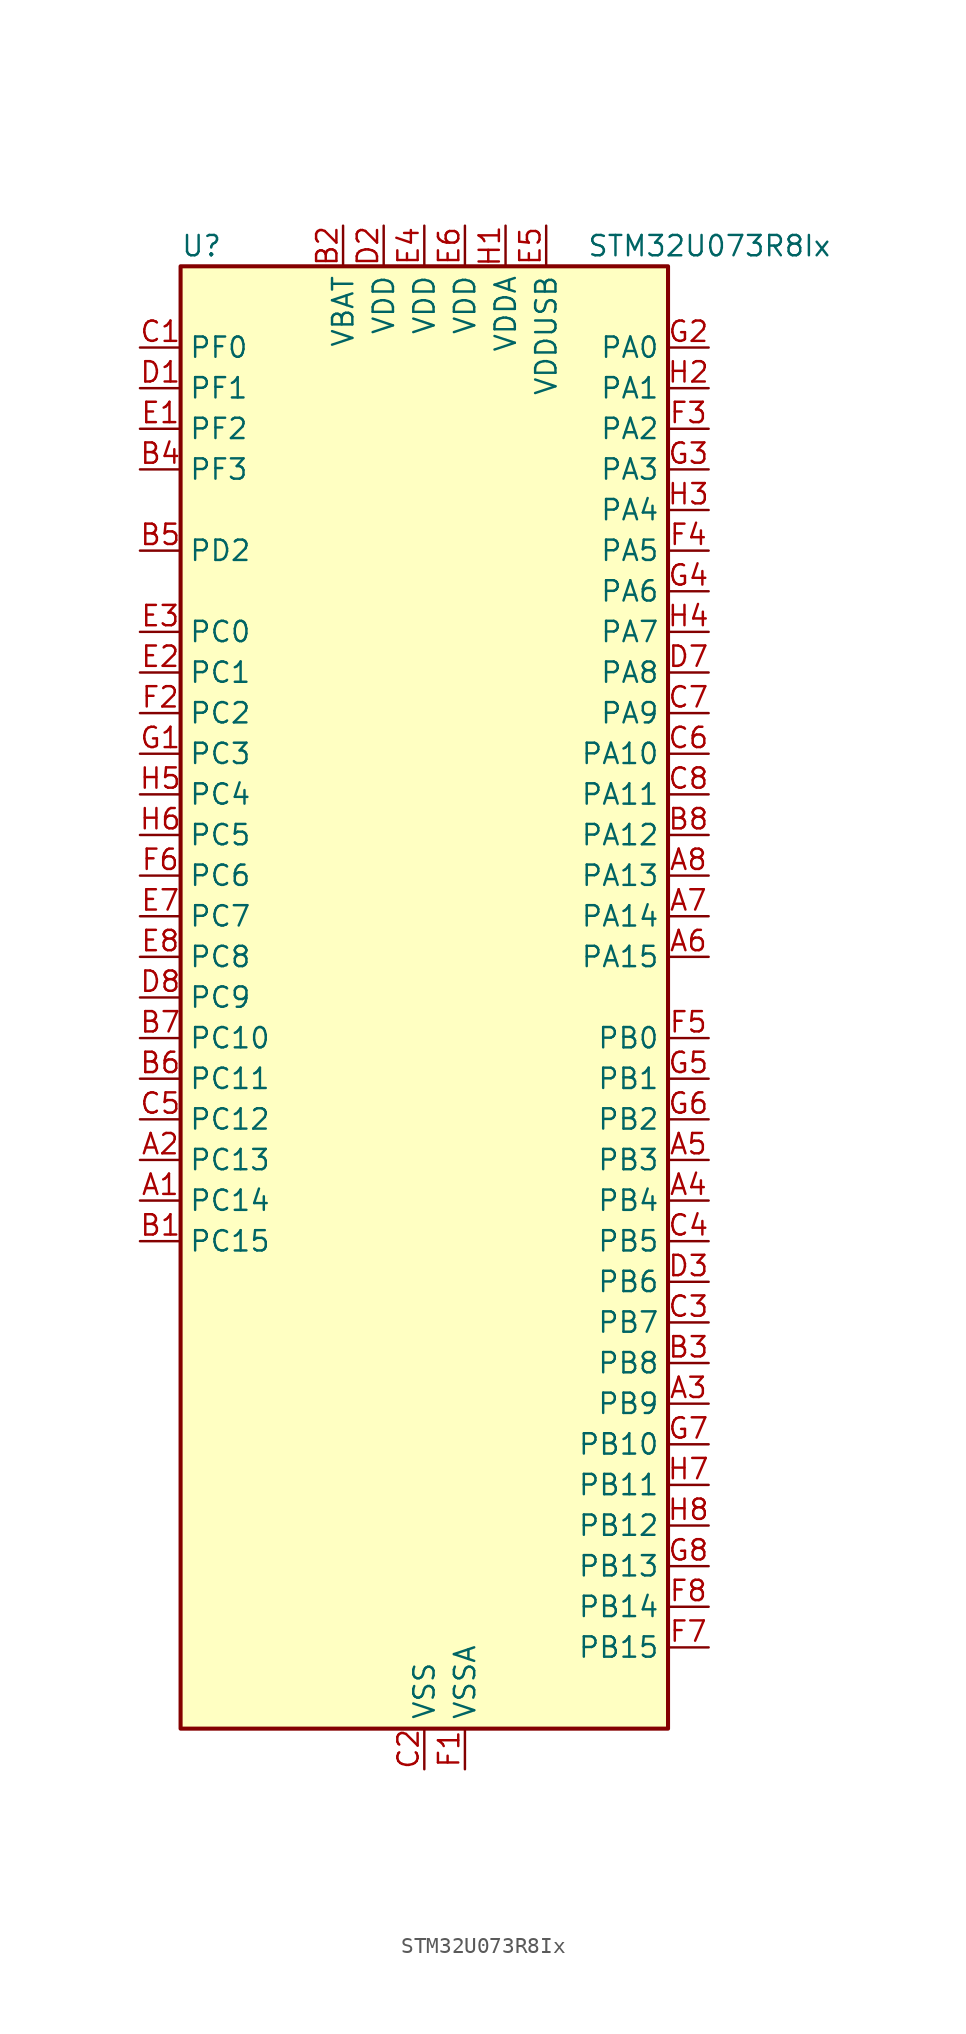
<source format=kicad_sym>
(kicad_symbol_lib
  (version 20241209)
  (generator "kicad_symbol_editor")
  (generator_version "9.0")
  (symbol "STM32U073R8Ix"
    (property "Reference" "U"
      (at -15.24 46.99 0)
      (effects (font (size 1.27 1.27)) (justify left)))
    (property "Value" "STM32U073R8Ix"
      (at 10.16 46.99 0)
      (effects (font (size 1.27 1.27)) (justify left)))
    (symbol "STM32U073R8Ix_0_1"
      (rectangle (start -15.24 -45.72) (end 15.24 45.72) (stroke (width 0.254) (type default)) (fill (type background))))
    (symbol "STM32U073R8Ix_1_1"
      (pin bidirectional line (at -17.78 40.64 0) (length 2.54) (name "PF0" (effects (font (size 1.27 1.27)))) (number "C1" (effects (font (size 1.27 1.27)))) (alternate "RCC_OSC_IN" bidirectional line))
      (pin bidirectional line (at -17.78 38.1 0) (length 2.54) (name "PF1" (effects (font (size 1.27 1.27)))) (number "D1" (effects (font (size 1.27 1.27)))) (alternate "RCC_OSC_EN" bidirectional line) (alternate "RCC_OSC_OUT" bidirectional line))
      (pin bidirectional line (at -17.78 35.56 0) (length 2.54) (name "PF2" (effects (font (size 1.27 1.27)))) (number "E1" (effects (font (size 1.27 1.27)))) (alternate "RCC_MCO" bidirectional line))
      (pin bidirectional line (at -17.78 33.02 0) (length 2.54) (name "PF3" (effects (font (size 1.27 1.27)))) (number "B4" (effects (font (size 1.27 1.27)))))
      (pin bidirectional line (at -17.78 27.94 0) (length 2.54) (name "PD2" (effects (font (size 1.27 1.27)))) (number "B5" (effects (font (size 1.27 1.27)))) (alternate "LCD_COM7" bidirectional line) (alternate "LCD_SEG31" bidirectional line) (alternate "LCD_SEG51" bidirectional line) (alternate "TIM3_ETR" bidirectional line) (alternate "TSC_SYNC" bidirectional line) (alternate "USART3_DE" bidirectional line) (alternate "USART3_RTS" bidirectional line))
      (pin bidirectional line (at -17.78 22.86 0) (length 2.54) (name "PC0" (effects (font (size 1.27 1.27)))) (number "E3" (effects (font (size 1.27 1.27)))) (alternate "ADC1_IN0" bidirectional line) (alternate "I2C3_SCL" bidirectional line) (alternate "I2C4_SCL" bidirectional line) (alternate "LCD_SEG18" bidirectional line) (alternate "LPTIM1_IN1" bidirectional line) (alternate "LPTIM2_IN1" bidirectional line) (alternate "LPUART1_RX" bidirectional line) (alternate "LPUART2_TX" bidirectional line))
      (pin bidirectional line (at -17.78 20.32 0) (length 2.54) (name "PC1" (effects (font (size 1.27 1.27)))) (number "E2" (effects (font (size 1.27 1.27)))) (alternate "ADC1_IN1" bidirectional line) (alternate "I2C3_SDA" bidirectional line) (alternate "I2C4_SDA" bidirectional line) (alternate "LCD_SEG19" bidirectional line) (alternate "LPTIM1_CH1" bidirectional line) (alternate "LPUART1_TX" bidirectional line) (alternate "LPUART2_RX" bidirectional line))
      (pin bidirectional line (at -17.78 17.78 0) (length 2.54) (name "PC2" (effects (font (size 1.27 1.27)))) (number "F2" (effects (font (size 1.27 1.27)))) (alternate "ADC1_IN2" bidirectional line) (alternate "LCD_SEG20" bidirectional line) (alternate "LPTIM1_IN2" bidirectional line) (alternate "RCC_MCO2" bidirectional line) (alternate "SPI2_MISO" bidirectional line))
      (pin bidirectional line (at -17.78 15.24 0) (length 2.54) (name "PC3" (effects (font (size 1.27 1.27)))) (number "G1" (effects (font (size 1.27 1.27)))) (alternate "ADC1_IN3" bidirectional line) (alternate "LCD_VLCD" bidirectional line) (alternate "LPTIM1_ETR" bidirectional line) (alternate "LPTIM2_ETR" bidirectional line) (alternate "LPTIM3_CH1" bidirectional line) (alternate "SPI2_MOSI" bidirectional line) (alternate "USART4_CK" bidirectional line))
      (pin bidirectional line (at -17.78 12.7 0) (length 2.54) (name "PC4" (effects (font (size 1.27 1.27)))) (number "H5" (effects (font (size 1.27 1.27)))) (alternate "ADC1_IN15" bidirectional line) (alternate "COMP1_INM" bidirectional line) (alternate "LCD_SEG22" bidirectional line) (alternate "LPUART3_TX" bidirectional line) (alternate "USART3_TX" bidirectional line))
      (pin bidirectional line (at -17.78 10.16 0) (length 2.54) (name "PC5" (effects (font (size 1.27 1.27)))) (number "H6" (effects (font (size 1.27 1.27)))) (alternate "ADC1_IN16" bidirectional line) (alternate "COMP1_INP" bidirectional line) (alternate "LCD_SEG23" bidirectional line) (alternate "LPTIM3_CH3" bidirectional line) (alternate "LPUART3_RX" bidirectional line) (alternate "PWR_WKUP5" bidirectional line) (alternate "TAMP_IN4" bidirectional line) (alternate "USART3_RX" bidirectional line))
      (pin bidirectional line (at -17.78 7.62 0) (length 2.54) (name "PC6" (effects (font (size 1.27 1.27)))) (number "F6" (effects (font (size 1.27 1.27)))) (alternate "COMP1_INP" bidirectional line) (alternate "LCD_SEG24" bidirectional line) (alternate "LPUART2_TX" bidirectional line) (alternate "TIM3_CH1" bidirectional line) (alternate "TSC_G4_IO1" bidirectional line))
      (pin bidirectional line (at -17.78 5.08 0) (length 2.54) (name "PC7" (effects (font (size 1.27 1.27)))) (number "E7" (effects (font (size 1.27 1.27)))) (alternate "LCD_SEG25" bidirectional line) (alternate "LPTIM2_CH2" bidirectional line) (alternate "LPTIM3_CH4" bidirectional line) (alternate "LPUART2_RX" bidirectional line) (alternate "TIM3_CH2" bidirectional line) (alternate "TSC_G4_IO2" bidirectional line))
      (pin bidirectional line (at -17.78 2.54 0) (length 2.54) (name "PC8" (effects (font (size 1.27 1.27)))) (number "E8" (effects (font (size 1.27 1.27)))) (alternate "LCD_SEG26" bidirectional line) (alternate "LPTIM3_CH1" bidirectional line) (alternate "TIM3_CH3" bidirectional line) (alternate "TSC_G4_IO3" bidirectional line))
      (pin bidirectional line (at -17.78 0 0) (length 2.54) (name "PC9" (effects (font (size 1.27 1.27)))) (number "D8" (effects (font (size 1.27 1.27)))) (alternate "DAC1_EXTI9" bidirectional line) (alternate "LCD_SEG27" bidirectional line) (alternate "LPTIM3_CH2" bidirectional line) (alternate "TIM3_CH4" bidirectional line) (alternate "TSC_G4_IO4" bidirectional line) (alternate "USB_NOE" bidirectional line))
      (pin bidirectional line (at -17.78 -2.54 0) (length 2.54) (name "PC10" (effects (font (size 1.27 1.27)))) (number "B7" (effects (font (size 1.27 1.27)))) (alternate "LCD_COM4" bidirectional line) (alternate "LCD_SEG28" bidirectional line) (alternate "LCD_SEG48" bidirectional line) (alternate "LPTIM3_ETR" bidirectional line) (alternate "SPI3_SCK" bidirectional line) (alternate "TSC_G3_IO2" bidirectional line) (alternate "USART3_TX" bidirectional line) (alternate "USART4_TX" bidirectional line))
      (pin bidirectional line (at -17.78 -5.08 0) (length 2.54) (name "PC11" (effects (font (size 1.27 1.27)))) (number "B6" (effects (font (size 1.27 1.27)))) (alternate "ADC1_EXTI11" bidirectional line) (alternate "LCD_COM5" bidirectional line) (alternate "LCD_SEG29" bidirectional line) (alternate "LCD_SEG49" bidirectional line) (alternate "LPTIM3_IN1" bidirectional line) (alternate "SPI3_MISO" bidirectional line) (alternate "TSC_G3_IO3" bidirectional line) (alternate "USART3_RX" bidirectional line) (alternate "USART4_RX" bidirectional line))
      (pin bidirectional line (at -17.78 -7.62 0) (length 2.54) (name "PC12" (effects (font (size 1.27 1.27)))) (number "C5" (effects (font (size 1.27 1.27)))) (alternate "LCD_COM6" bidirectional line) (alternate "LCD_SEG30" bidirectional line) (alternate "LCD_SEG50" bidirectional line) (alternate "LPTIM3_CH3" bidirectional line) (alternate "SPI3_MOSI" bidirectional line) (alternate "USART3_CK" bidirectional line) (alternate "USART4_CK" bidirectional line))
      (pin bidirectional line (at -17.78 -10.16 0) (length 2.54) (name "PC13" (effects (font (size 1.27 1.27)))) (number "A2" (effects (font (size 1.27 1.27)))) (alternate "LPTIM1_CH3" bidirectional line) (alternate "LPTIM3_CH3" bidirectional line) (alternate "PWR_WKUP2" bidirectional line) (alternate "RTC_OUT1" bidirectional line) (alternate "RTC_TS" bidirectional line) (alternate "TAMP_IN1" bidirectional line))
      (pin bidirectional line (at -17.78 -12.7 0) (length 2.54) (name "PC14" (effects (font (size 1.27 1.27)))) (number "A1" (effects (font (size 1.27 1.27)))) (alternate "RCC_OSC32_IN" bidirectional line))
      (pin bidirectional line (at -17.78 -15.24 0) (length 2.54) (name "PC15" (effects (font (size 1.27 1.27)))) (number "B1" (effects (font (size 1.27 1.27)))) (alternate "RCC_OSC32_EN" bidirectional line) (alternate "RCC_OSC32_OUT" bidirectional line) (alternate "RCC_OSC_EN" bidirectional line))
      (pin power_in line (at -5.08 48.26 270) (length 2.54) (name "VBAT" (effects (font (size 1.27 1.27)))) (number "B2" (effects (font (size 1.27 1.27)))))
      (pin power_in line (at -2.54 48.26 270) (length 2.54) (name "VDD" (effects (font (size 1.27 1.27)))) (number "D2" (effects (font (size 1.27 1.27)))))
      (pin power_in line (at 0 48.26 270) (length 2.54) (name "VDD" (effects (font (size 1.27 1.27)))) (number "E4" (effects (font (size 1.27 1.27)))))
      (pin power_in line (at 0 -48.26 90) (length 2.54) (name "VSS" (effects (font (size 1.27 1.27)))) (number "C2" (effects (font (size 1.27 1.27)))))
      (pin passive line (at 0 -48.26 90) (length 2.54) (hide yes) (name "VSS" (effects (font (size 1.27 1.27)))) (number "D4" (effects (font (size 1.27 1.27)))))
      (pin passive line (at 0 -48.26 90) (length 2.54) (hide yes) (name "VSS" (effects (font (size 1.27 1.27)))) (number "D5" (effects (font (size 1.27 1.27)))))
      (pin passive line (at 0 -48.26 90) (length 2.54) (hide yes) (name "VSS" (effects (font (size 1.27 1.27)))) (number "D6" (effects (font (size 1.27 1.27)))))
      (pin power_in line (at 2.54 48.26 270) (length 2.54) (name "VDD" (effects (font (size 1.27 1.27)))) (number "E6" (effects (font (size 1.27 1.27)))))
      (pin power_in line (at 2.54 -48.26 90) (length 2.54) (name "VSSA" (effects (font (size 1.27 1.27)))) (number "F1" (effects (font (size 1.27 1.27)))))
      (pin power_in line (at 5.08 48.26 270) (length 2.54) (name "VDDA" (effects (font (size 1.27 1.27)))) (number "H1" (effects (font (size 1.27 1.27)))))
      (pin power_in line (at 7.62 48.26 270) (length 2.54) (name "VDDUSB" (effects (font (size 1.27 1.27)))) (number "E5" (effects (font (size 1.27 1.27)))))
      (pin bidirectional line (at 17.78 40.64 180) (length 2.54) (name "PA0" (effects (font (size 1.27 1.27)))) (number "G2" (effects (font (size 1.27 1.27)))) (alternate "ADC1_IN4" bidirectional line) (alternate "COMP1_INM" bidirectional line) (alternate "COMP1_OUT" bidirectional line) (alternate "LCD_SEG42" bidirectional line) (alternate "OPAMP1_VINP" bidirectional line) (alternate "PWR_WKUP1" bidirectional line) (alternate "TAMP_IN2" bidirectional line) (alternate "TIM2_CH1" bidirectional line) (alternate "TIM2_ETR" bidirectional line) (alternate "USART2_CTS" bidirectional line) (alternate "USART4_TX" bidirectional line))
      (pin bidirectional line (at 17.78 38.1 180) (length 2.54) (name "PA1" (effects (font (size 1.27 1.27)))) (number "H2" (effects (font (size 1.27 1.27)))) (alternate "ADC1_IN5" bidirectional line) (alternate "COMP1_INP" bidirectional line) (alternate "LCD_SEG0" bidirectional line) (alternate "LPTIM1_CH2" bidirectional line) (alternate "OPAMP1_VINM" bidirectional line) (alternate "PWR_WKUP3" bidirectional line) (alternate "SPI1_SCK" bidirectional line) (alternate "SPI2_SCK" bidirectional line) (alternate "TAMP_IN5" bidirectional line) (alternate "TIM15_CH1N" bidirectional line) (alternate "TIM2_CH2" bidirectional line) (alternate "USART2_DE" bidirectional line) (alternate "USART2_RTS" bidirectional line) (alternate "USART4_RX" bidirectional line))
      (pin bidirectional line (at 17.78 35.56 180) (length 2.54) (name "PA2" (effects (font (size 1.27 1.27)))) (number "F3" (effects (font (size 1.27 1.27)))) (alternate "ADC1_IN6" bidirectional line) (alternate "COMP2_INM" bidirectional line) (alternate "COMP2_OUT" bidirectional line) (alternate "LCD_SEG1" bidirectional line) (alternate "LPUART1_TX" bidirectional line) (alternate "PWR_WKUP4" bidirectional line) (alternate "RCC_LSCO" bidirectional line) (alternate "TIM15_CH1" bidirectional line) (alternate "TIM2_CH3" bidirectional line) (alternate "USART2_TX" bidirectional line))
      (pin bidirectional line (at 17.78 33.02 180) (length 2.54) (name "PA3" (effects (font (size 1.27 1.27)))) (number "G3" (effects (font (size 1.27 1.27)))) (alternate "ADC1_IN7" bidirectional line) (alternate "COMP2_INP" bidirectional line) (alternate "LCD_SEG2" bidirectional line) (alternate "LPUART1_RX" bidirectional line) (alternate "OPAMP1_VOUT" bidirectional line) (alternate "TIM15_CH2" bidirectional line) (alternate "TIM2_CH4" bidirectional line) (alternate "USART2_RX" bidirectional line))
      (pin bidirectional line (at 17.78 30.48 180) (length 2.54) (name "PA4" (effects (font (size 1.27 1.27)))) (number "H3" (effects (font (size 1.27 1.27)))) (alternate "ADC1_IN8" bidirectional line) (alternate "COMP1_INM" bidirectional line) (alternate "COMP2_INM" bidirectional line) (alternate "DAC1_OUT1" bidirectional line) (alternate "LCD_SEG43" bidirectional line) (alternate "LPTIM2_CH1" bidirectional line) (alternate "LPUART3_TX" bidirectional line) (alternate "SPI1_NSS" bidirectional line) (alternate "SPI3_NSS" bidirectional line) (alternate "USART2_CK" bidirectional line))
      (pin bidirectional line (at 17.78 27.94 180) (length 2.54) (name "PA5" (effects (font (size 1.27 1.27)))) (number "F4" (effects (font (size 1.27 1.27)))) (alternate "ADC1_IN9" bidirectional line) (alternate "COMP1_INM" bidirectional line) (alternate "COMP2_INM" bidirectional line) (alternate "LCD_SEG44" bidirectional line) (alternate "LPTIM2_ETR" bidirectional line) (alternate "LPUART3_RX" bidirectional line) (alternate "SPI1_SCK" bidirectional line) (alternate "TIM2_CH1" bidirectional line) (alternate "TIM2_ETR" bidirectional line) (alternate "USART3_TX" bidirectional line))
      (pin bidirectional line (at 17.78 25.4 180) (length 2.54) (name "PA6" (effects (font (size 1.27 1.27)))) (number "G4" (effects (font (size 1.27 1.27)))) (alternate "ADC1_IN10" bidirectional line) (alternate "COMP1_OUT" bidirectional line) (alternate "I2C2_SDA" bidirectional line) (alternate "I2C3_SDA" bidirectional line) (alternate "LCD_SEG3" bidirectional line) (alternate "LPUART1_CTS" bidirectional line) (alternate "SPI1_MISO" bidirectional line) (alternate "TIM16_CH1" bidirectional line) (alternate "TIM1_BKIN" bidirectional line) (alternate "TIM3_CH1" bidirectional line) (alternate "TSC_G5_IO1" bidirectional line) (alternate "USART3_CTS" bidirectional line))
      (pin bidirectional line (at 17.78 22.86 180) (length 2.54) (name "PA7" (effects (font (size 1.27 1.27)))) (number "H4" (effects (font (size 1.27 1.27)))) (alternate "ADC1_IN14" bidirectional line) (alternate "COMP2_OUT" bidirectional line) (alternate "I2C2_SCL" bidirectional line) (alternate "I2C3_SCL" bidirectional line) (alternate "LCD_SEG4" bidirectional line) (alternate "LPTIM2_CH2" bidirectional line) (alternate "SPI1_MOSI" bidirectional line) (alternate "TIM1_CH1N" bidirectional line) (alternate "TIM3_CH2" bidirectional line) (alternate "USART3_RX" bidirectional line))
      (pin bidirectional line (at 17.78 20.32 180) (length 2.54) (name "PA8" (effects (font (size 1.27 1.27)))) (number "D7" (effects (font (size 1.27 1.27)))) (alternate "LCD_COM0" bidirectional line) (alternate "LPTIM2_CH1" bidirectional line) (alternate "RCC_MCO" bidirectional line) (alternate "RCC_MCO2" bidirectional line) (alternate "TIM1_CH1" bidirectional line) (alternate "TSC_G7_IO1" bidirectional line) (alternate "USART1_CK" bidirectional line))
      (pin bidirectional line (at 17.78 17.78 180) (length 2.54) (name "PA9" (effects (font (size 1.27 1.27)))) (number "C7" (effects (font (size 1.27 1.27)))) (alternate "COMP1_INP" bidirectional line) (alternate "DAC1_EXTI9" bidirectional line) (alternate "I2C1_SCL" bidirectional line) (alternate "I2C2_SCL" bidirectional line) (alternate "LCD_COM1" bidirectional line) (alternate "RCC_MCO" bidirectional line) (alternate "TIM15_BKIN" bidirectional line) (alternate "TIM1_CH2" bidirectional line) (alternate "TSC_G7_IO2" bidirectional line) (alternate "USART1_TX" bidirectional line))
      (pin bidirectional line (at 17.78 15.24 180) (length 2.54) (name "PA10" (effects (font (size 1.27 1.27)))) (number "C6" (effects (font (size 1.27 1.27)))) (alternate "CRS_SYNC" bidirectional line) (alternate "I2C1_SDA" bidirectional line) (alternate "I2C2_SDA" bidirectional line) (alternate "LCD_COM2" bidirectional line) (alternate "RCC_MCO2" bidirectional line) (alternate "SPI2_NSS" bidirectional line) (alternate "TIM1_CH3" bidirectional line) (alternate "TSC_G7_IO3" bidirectional line) (alternate "USART1_RX" bidirectional line))
      (pin bidirectional line (at 17.78 12.7 180) (length 2.54) (name "PA11" (effects (font (size 1.27 1.27)))) (number "C8" (effects (font (size 1.27 1.27)))) (alternate "ADC1_EXTI11" bidirectional line) (alternate "COMP1_OUT" bidirectional line) (alternate "SPI1_MISO" bidirectional line) (alternate "SPI2_MISO" bidirectional line) (alternate "TIM1_BKIN2" bidirectional line) (alternate "TIM1_CH4" bidirectional line) (alternate "USART1_CTS" bidirectional line) (alternate "USB_DM" bidirectional line))
      (pin bidirectional line (at 17.78 10.16 180) (length 2.54) (name "PA12" (effects (font (size 1.27 1.27)))) (number "B8" (effects (font (size 1.27 1.27)))) (alternate "SPI1_MOSI" bidirectional line) (alternate "SPI2_MOSI" bidirectional line) (alternate "TIM1_ETR" bidirectional line) (alternate "USART1_DE" bidirectional line) (alternate "USART1_RTS" bidirectional line) (alternate "USB_DP" bidirectional line))
      (pin bidirectional line (at 17.78 7.62 180) (length 2.54) (name "PA13" (effects (font (size 1.27 1.27)))) (number "A8" (effects (font (size 1.27 1.27)))) (alternate "DEBUG_JTMS-SWDIO" bidirectional line) (alternate "IR_OUT" bidirectional line) (alternate "LCD_SEG40" bidirectional line) (alternate "TSC_G7_IO4" bidirectional line) (alternate "USB_NOE" bidirectional line))
      (pin bidirectional line (at 17.78 5.08 180) (length 2.54) (name "PA14" (effects (font (size 1.27 1.27)))) (number "A7" (effects (font (size 1.27 1.27)))) (alternate "DEBUG_JTCK-SWCLK" bidirectional line) (alternate "LCD_SEG41" bidirectional line) (alternate "LPTIM1_CH1" bidirectional line) (alternate "TSC_G3_IO4" bidirectional line))
      (pin bidirectional line (at 17.78 2.54 180) (length 2.54) (name "PA15" (effects (font (size 1.27 1.27)))) (number "A6" (effects (font (size 1.27 1.27)))) (alternate "DEBUG_JTDI" bidirectional line) (alternate "LCD_SEG17" bidirectional line) (alternate "LPTIM3_CH3" bidirectional line) (alternate "LPTIM3_IN2" bidirectional line) (alternate "SPI1_NSS" bidirectional line) (alternate "SPI3_NSS" bidirectional line) (alternate "TIM2_CH1" bidirectional line) (alternate "TIM2_ETR" bidirectional line) (alternate "TSC_G3_IO1" bidirectional line) (alternate "USART2_RX" bidirectional line) (alternate "USART3_DE" bidirectional line) (alternate "USART3_RTS" bidirectional line) (alternate "USART4_DE" bidirectional line) (alternate "USART4_RTS" bidirectional line))
      (pin bidirectional line (at 17.78 -2.54 180) (length 2.54) (name "PB0" (effects (font (size 1.27 1.27)))) (number "F5" (effects (font (size 1.27 1.27)))) (alternate "ADC1_IN17" bidirectional line) (alternate "COMP1_OUT" bidirectional line) (alternate "LCD_SEG5" bidirectional line) (alternate "LPTIM3_CH1" bidirectional line) (alternate "LPUART2_CTS" bidirectional line) (alternate "SPI1_NSS" bidirectional line) (alternate "TIM1_CH2N" bidirectional line) (alternate "TIM3_CH3" bidirectional line) (alternate "TSC_G5_IO2" bidirectional line) (alternate "USART3_CK" bidirectional line))
      (pin bidirectional line (at 17.78 -5.08 180) (length 2.54) (name "PB1" (effects (font (size 1.27 1.27)))) (number "G5" (effects (font (size 1.27 1.27)))) (alternate "ADC1_IN18" bidirectional line) (alternate "COMP1_INM" bidirectional line) (alternate "LCD_SEG6" bidirectional line) (alternate "LPTIM2_IN1" bidirectional line) (alternate "LPTIM3_CH2" bidirectional line) (alternate "LPUART1_DE" bidirectional line) (alternate "LPUART1_RTS" bidirectional line) (alternate "LPUART2_DE" bidirectional line) (alternate "LPUART2_RTS" bidirectional line) (alternate "TIM1_CH3N" bidirectional line) (alternate "TIM3_CH4" bidirectional line) (alternate "TSC_SYNC" bidirectional line) (alternate "USART3_DE" bidirectional line) (alternate "USART3_RTS" bidirectional line))
      (pin bidirectional line (at 17.78 -7.62 180) (length 2.54) (name "PB2" (effects (font (size 1.27 1.27)))) (number "G6" (effects (font (size 1.27 1.27)))) (alternate "COMP1_INP" bidirectional line) (alternate "LCD_VLCD" bidirectional line) (alternate "LPTIM1_CH1" bidirectional line) (alternate "RTC_OUT2" bidirectional line))
      (pin bidirectional line (at 17.78 -10.16 180) (length 2.54) (name "PB3" (effects (font (size 1.27 1.27)))) (number "A5" (effects (font (size 1.27 1.27)))) (alternate "COMP2_INM" bidirectional line) (alternate "DEBUG_JTDO-SWO" bidirectional line) (alternate "I2C2_SCL" bidirectional line) (alternate "I2C3_SCL" bidirectional line) (alternate "LCD_SEG7" bidirectional line) (alternate "LPTIM1_CH3" bidirectional line) (alternate "SPI1_SCK" bidirectional line) (alternate "SPI3_SCK" bidirectional line) (alternate "TIM2_CH2" bidirectional line) (alternate "USART1_DE" bidirectional line) (alternate "USART1_RTS" bidirectional line))
      (pin bidirectional line (at 17.78 -12.7 180) (length 2.54) (name "PB4" (effects (font (size 1.27 1.27)))) (number "A4" (effects (font (size 1.27 1.27)))) (alternate "COMP2_INP" bidirectional line) (alternate "I2C2_SDA" bidirectional line) (alternate "I2C3_SDA" bidirectional line) (alternate "LCD_SEG8" bidirectional line) (alternate "LPTIM1_CH4" bidirectional line) (alternate "LPUART3_DE" bidirectional line) (alternate "LPUART3_RTS" bidirectional line) (alternate "SPI1_MISO" bidirectional line) (alternate "SPI3_MISO" bidirectional line) (alternate "TIM3_CH1" bidirectional line) (alternate "TSC_G2_IO1" bidirectional line) (alternate "USART1_CTS" bidirectional line))
      (pin bidirectional line (at 17.78 -15.24 180) (length 2.54) (name "PB5" (effects (font (size 1.27 1.27)))) (number "C4" (effects (font (size 1.27 1.27)))) (alternate "COMP2_OUT" bidirectional line) (alternate "LCD_SEG9" bidirectional line) (alternate "LPTIM1_IN1" bidirectional line) (alternate "LPUART3_CTS" bidirectional line) (alternate "SPI1_MOSI" bidirectional line) (alternate "SPI3_MOSI" bidirectional line) (alternate "TIM16_BKIN" bidirectional line) (alternate "TIM3_CH2" bidirectional line) (alternate "TSC_G2_IO2" bidirectional line) (alternate "USART1_CK" bidirectional line))
      (pin bidirectional line (at 17.78 -17.78 180) (length 2.54) (name "PB6" (effects (font (size 1.27 1.27)))) (number "D3" (effects (font (size 1.27 1.27)))) (alternate "COMP2_INP" bidirectional line) (alternate "I2C1_SCL" bidirectional line) (alternate "I2C2_SCL" bidirectional line) (alternate "I2C4_SCL" bidirectional line) (alternate "LPTIM1_ETR" bidirectional line) (alternate "LPUART2_TX" bidirectional line) (alternate "LPUART3_TX" bidirectional line) (alternate "TIM16_CH1N" bidirectional line) (alternate "TSC_G2_IO3" bidirectional line) (alternate "USART1_TX" bidirectional line))
      (pin bidirectional line (at 17.78 -20.32 180) (length 2.54) (name "PB7" (effects (font (size 1.27 1.27)))) (number "C3" (effects (font (size 1.27 1.27)))) (alternate "COMP2_INM" bidirectional line) (alternate "I2C1_SDA" bidirectional line) (alternate "I2C2_SDA" bidirectional line) (alternate "I2C4_SDA" bidirectional line) (alternate "LCD_SEG21" bidirectional line) (alternate "LPTIM1_IN2" bidirectional line) (alternate "LPUART2_RX" bidirectional line) (alternate "LPUART3_RX" bidirectional line) (alternate "PWR_PVD_IN" bidirectional line) (alternate "TSC_G2_IO4" bidirectional line) (alternate "USART1_RX" bidirectional line) (alternate "USART4_CTS" bidirectional line))
      (pin bidirectional line (at 17.78 -22.86 180) (length 2.54) (name "PB8" (effects (font (size 1.27 1.27)))) (number "B3" (effects (font (size 1.27 1.27)))) (alternate "I2C1_SCL" bidirectional line) (alternate "I2C2_SCL" bidirectional line) (alternate "LCD_SEG16" bidirectional line) (alternate "LPTIM1_IN2" bidirectional line) (alternate "LPTIM3_IN2" bidirectional line) (alternate "TIM16_CH1" bidirectional line) (alternate "USART3_TX" bidirectional line))
      (pin bidirectional line (at 17.78 -25.4 180) (length 2.54) (name "PB9" (effects (font (size 1.27 1.27)))) (number "A3" (effects (font (size 1.27 1.27)))) (alternate "DAC1_EXTI9" bidirectional line) (alternate "I2C1_SDA" bidirectional line) (alternate "I2C2_SDA" bidirectional line) (alternate "IR_OUT" bidirectional line) (alternate "LCD_COM3" bidirectional line) (alternate "LPTIM1_CH4" bidirectional line) (alternate "LPTIM3_CH4" bidirectional line) (alternate "SPI2_NSS" bidirectional line) (alternate "USART3_RX" bidirectional line))
      (pin bidirectional line (at 17.78 -27.94 180) (length 2.54) (name "PB10" (effects (font (size 1.27 1.27)))) (number "G7" (effects (font (size 1.27 1.27)))) (alternate "COMP1_OUT" bidirectional line) (alternate "I2C2_SCL" bidirectional line) (alternate "I2C4_SCL" bidirectional line) (alternate "LCD_SEG10" bidirectional line) (alternate "LPTIM3_CH1" bidirectional line) (alternate "LPUART1_RX" bidirectional line) (alternate "LPUART2_RX" bidirectional line) (alternate "SPI2_SCK" bidirectional line) (alternate "TIM2_CH3" bidirectional line) (alternate "TSC_G5_IO3" bidirectional line) (alternate "USART3_TX" bidirectional line))
      (pin bidirectional line (at 17.78 -30.48 180) (length 2.54) (name "PB11" (effects (font (size 1.27 1.27)))) (number "H7" (effects (font (size 1.27 1.27)))) (alternate "ADC1_EXTI11" bidirectional line) (alternate "COMP2_OUT" bidirectional line) (alternate "I2C2_SDA" bidirectional line) (alternate "I2C4_SDA" bidirectional line) (alternate "LCD_SEG11" bidirectional line) (alternate "LPUART1_TX" bidirectional line) (alternate "LPUART2_TX" bidirectional line) (alternate "TIM2_CH4" bidirectional line) (alternate "TSC_G5_IO4" bidirectional line) (alternate "USART3_RX" bidirectional line))
      (pin bidirectional line (at 17.78 -33.02 180) (length 2.54) (name "PB12" (effects (font (size 1.27 1.27)))) (number "H8" (effects (font (size 1.27 1.27)))) (alternate "LCD_SEG12" bidirectional line) (alternate "LPUART1_DE" bidirectional line) (alternate "LPUART1_RTS" bidirectional line) (alternate "SPI2_NSS" bidirectional line) (alternate "TIM15_BKIN" bidirectional line) (alternate "TIM1_BKIN" bidirectional line) (alternate "TSC_G1_IO1" bidirectional line) (alternate "USART3_CK" bidirectional line))
      (pin bidirectional line (at 17.78 -35.56 180) (length 2.54) (name "PB13" (effects (font (size 1.27 1.27)))) (number "G8" (effects (font (size 1.27 1.27)))) (alternate "I2C2_SCL" bidirectional line) (alternate "LCD_SEG13" bidirectional line) (alternate "LPTIM3_IN1" bidirectional line) (alternate "LPUART1_CTS" bidirectional line) (alternate "SPI2_SCK" bidirectional line) (alternate "TIM15_CH1N" bidirectional line) (alternate "TIM1_CH1N" bidirectional line) (alternate "TSC_G1_IO2" bidirectional line) (alternate "USART3_CTS" bidirectional line))
      (pin bidirectional line (at 17.78 -38.1 180) (length 2.54) (name "PB14" (effects (font (size 1.27 1.27)))) (number "F8" (effects (font (size 1.27 1.27)))) (alternate "I2C2_SDA" bidirectional line) (alternate "LCD_SEG14" bidirectional line) (alternate "LPTIM3_ETR" bidirectional line) (alternate "SPI2_MISO" bidirectional line) (alternate "TIM15_CH1" bidirectional line) (alternate "TIM1_CH2N" bidirectional line) (alternate "TSC_G1_IO3" bidirectional line) (alternate "USART3_DE" bidirectional line) (alternate "USART3_RTS" bidirectional line))
      (pin bidirectional line (at 17.78 -40.64 180) (length 2.54) (name "PB15" (effects (font (size 1.27 1.27)))) (number "F7" (effects (font (size 1.27 1.27)))) (alternate "LCD_SEG15" bidirectional line) (alternate "PWR_WKUP7" bidirectional line) (alternate "RTC_REFIN" bidirectional line) (alternate "SPI2_MOSI" bidirectional line) (alternate "TAMP_IN3" bidirectional line) (alternate "TIM15_CH2" bidirectional line) (alternate "TIM1_CH3N" bidirectional line) (alternate "TSC_G1_IO4" bidirectional line)))))
</source>
